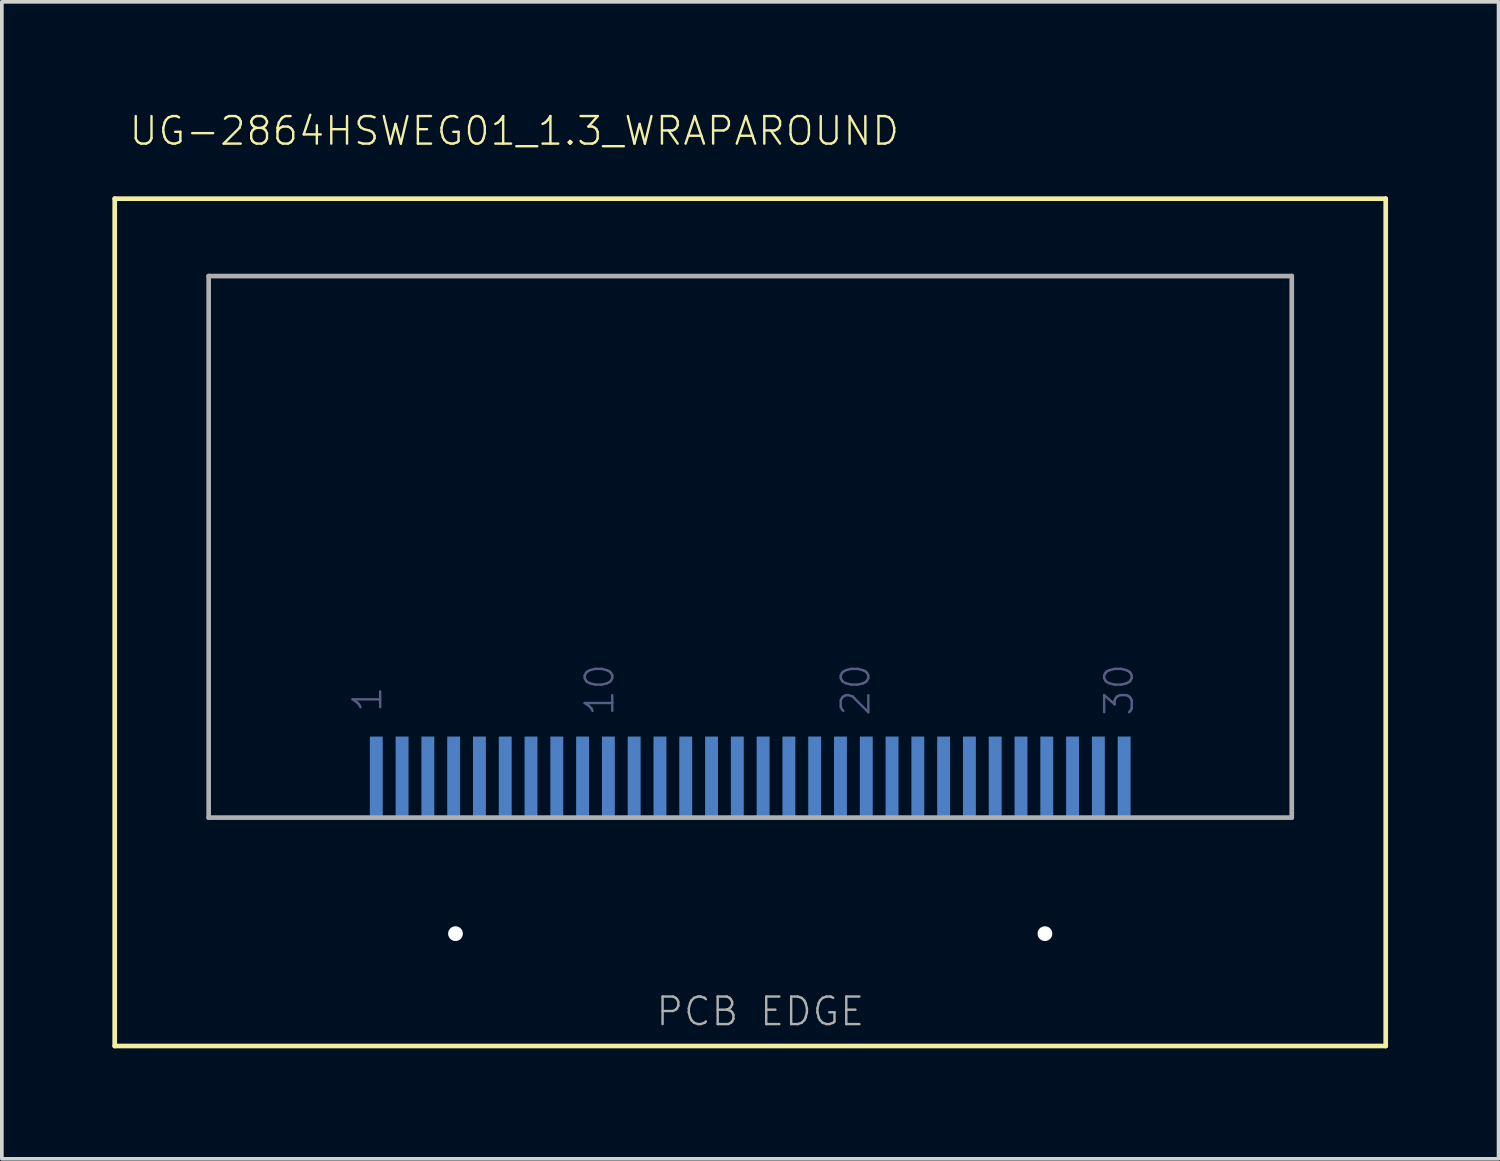
<source format=kicad_pcb>
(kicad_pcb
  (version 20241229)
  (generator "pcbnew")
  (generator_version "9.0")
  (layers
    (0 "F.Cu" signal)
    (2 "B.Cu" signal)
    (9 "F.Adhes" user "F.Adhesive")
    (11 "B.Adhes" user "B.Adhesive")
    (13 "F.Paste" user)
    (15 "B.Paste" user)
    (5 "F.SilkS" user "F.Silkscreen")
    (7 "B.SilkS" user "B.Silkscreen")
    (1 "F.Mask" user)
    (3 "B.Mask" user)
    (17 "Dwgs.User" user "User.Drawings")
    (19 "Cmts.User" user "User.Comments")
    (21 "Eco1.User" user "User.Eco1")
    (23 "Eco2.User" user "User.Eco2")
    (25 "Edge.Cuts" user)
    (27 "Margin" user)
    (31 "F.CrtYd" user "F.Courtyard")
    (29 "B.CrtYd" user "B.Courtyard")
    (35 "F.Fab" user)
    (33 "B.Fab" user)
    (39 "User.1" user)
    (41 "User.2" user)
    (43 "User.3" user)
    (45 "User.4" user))
  (footprint "UG-2864HSWEG01_1.3_WRAPAROUND"
    (layer "F.Cu")
    (at 17.314 17.843)
    (property "Reference" "UG-2864HSWEG01_1.3_WRAPAROUND" (at -16.9 -16.9 0) (layer "F.SilkS") (effects (font (size 0.748 0.748) (thickness 0.065)) (justify left bottom)))
    (fp_line (start -17.25 -15.5) (end 17.25 -15.5) (stroke (width 0.127) (type solid)) (layer "F.SilkS"))
    (fp_line (start -17.25 7.5) (end -17.25 -15.5) (stroke (width 0.127) (type solid)) (layer "F.SilkS"))
    (fp_line (start 17.25 -15.5) (end 17.25 7.5) (stroke (width 0.127) (type solid)) (layer "F.SilkS"))
    (fp_line (start 17.25 7.5) (end -17.25 7.5) (stroke (width 0.127) (type solid)) (layer "F.SilkS"))
    (fp_line (start -14.7 -13.4) (end 14.7 -13.4) (stroke (width 0.127) (type solid)) (layer "F.Fab"))
    (fp_line (start -14.7 1.3) (end -14.7 -13.4) (stroke (width 0.127) (type solid)) (layer "F.Fab"))
    (fp_line (start 14.7 -13.4) (end 14.7 1.3) (stroke (width 0.127) (type solid)) (layer "F.Fab"))
    (fp_line (start 14.7 1.3) (end -14.7 1.3) (stroke (width 0.127) (type solid)) (layer "F.Fab"))
    (fp_text user "1" (at -9.95 -1.512 90) (layer "B.Fab") (effects (font (size 0.748 0.748) (thickness 0.065)) (justify left bottom)))
    (fp_text user "30" (at 10.45 -1.412 90) (layer "B.Fab") (effects (font (size 0.748 0.748) (thickness 0.065)) (justify left bottom)))
    (fp_text user "10" (at -3.65 -1.412 90) (layer "B.Fab") (effects (font (size 0.748 0.748) (thickness 0.065)) (justify left bottom)))
    (fp_text user "20" (at 3.3 -1.412 90) (layer "B.Fab") (effects (font (size 0.748 0.748) (thickness 0.065)) (justify left bottom)))
    (fp_text user "PCB EDGE" (at -2.6 7 0) (layer "F.Fab") (effects (font (size 0.748 0.748) (thickness 0.065)) (justify left bottom)))
    (pad "" np_thru_hole circle (at -8 4.45) (size 0.4 0.4) (drill 0.4) (layers "*.Cu" "*.Mask"))
    (pad "" np_thru_hole circle (at 8 4.45) (size 0.4 0.4) (drill 0.4) (layers "*.Cu" "*.Mask"))
    (pad "1" smd rect (at -10.15 0.2 90) (size 2.2 0.35) (layers "B.Cu" "B.Mask" "B.Paste"))
    (pad "2" smd rect (at -9.45 0.2 90) (size 2.2 0.35) (layers "B.Cu" "B.Mask" "B.Paste"))
    (pad "3" smd rect (at -8.75 0.2 90) (size 2.2 0.35) (layers "B.Cu" "B.Mask" "B.Paste"))
    (pad "4" smd rect (at -8.05 0.2 90) (size 2.2 0.35) (layers "B.Cu" "B.Mask" "B.Paste"))
    (pad "5" smd rect (at -7.35 0.2 90) (size 2.2 0.35) (layers "B.Cu" "B.Mask" "B.Paste"))
    (pad "6" smd rect (at -6.65 0.2 90) (size 2.2 0.35) (layers "B.Cu" "B.Mask" "B.Paste"))
    (pad "7" smd rect (at -5.95 0.2 90) (size 2.2 0.35) (layers "B.Cu" "B.Mask" "B.Paste"))
    (pad "8" smd rect (at -5.25 0.2 90) (size 2.2 0.35) (layers "B.Cu" "B.Mask" "B.Paste"))
    (pad "9" smd rect (at -4.55 0.2 90) (size 2.2 0.35) (layers "B.Cu" "B.Mask" "B.Paste"))
    (pad "10" smd rect (at -3.85 0.2 90) (size 2.2 0.35) (layers "B.Cu" "B.Mask" "B.Paste"))
    (pad "11" smd rect (at -3.15 0.2 90) (size 2.2 0.35) (layers "B.Cu" "B.Mask" "B.Paste"))
    (pad "12" smd rect (at -2.45 0.2 90) (size 2.2 0.35) (layers "B.Cu" "B.Mask" "B.Paste"))
    (pad "13" smd rect (at -1.75 0.2 90) (size 2.2 0.35) (layers "B.Cu" "B.Mask" "B.Paste"))
    (pad "14" smd rect (at -1.05 0.2 90) (size 2.2 0.35) (layers "B.Cu" "B.Mask" "B.Paste"))
    (pad "15" smd rect (at -0.35 0.2 90) (size 2.2 0.35) (layers "B.Cu" "B.Mask" "B.Paste"))
    (pad "16" smd rect (at 0.35 0.2 90) (size 2.2 0.35) (layers "B.Cu" "B.Mask" "B.Paste"))
    (pad "17" smd rect (at 1.05 0.2 90) (size 2.2 0.35) (layers "B.Cu" "B.Mask" "B.Paste"))
    (pad "18" smd rect (at 1.75 0.2 90) (size 2.2 0.35) (layers "B.Cu" "B.Mask" "B.Paste"))
    (pad "19" smd rect (at 2.45 0.2 90) (size 2.2 0.35) (layers "B.Cu" "B.Mask" "B.Paste"))
    (pad "20" smd rect (at 3.15 0.2 90) (size 2.2 0.35) (layers "B.Cu" "B.Mask" "B.Paste"))
    (pad "21" smd rect (at 3.85 0.2 90) (size 2.2 0.35) (layers "B.Cu" "B.Mask" "B.Paste"))
    (pad "22" smd rect (at 4.55 0.2 90) (size 2.2 0.35) (layers "B.Cu" "B.Mask" "B.Paste"))
    (pad "23" smd rect (at 5.25 0.2 90) (size 2.2 0.35) (layers "B.Cu" "B.Mask" "B.Paste"))
    (pad "24" smd rect (at 5.95 0.2 90) (size 2.2 0.35) (layers "B.Cu" "B.Mask" "B.Paste"))
    (pad "25" smd rect (at 6.65 0.2 90) (size 2.2 0.35) (layers "B.Cu" "B.Mask" "B.Paste"))
    (pad "26" smd rect (at 7.35 0.2 90) (size 2.2 0.35) (layers "B.Cu" "B.Mask" "B.Paste"))
    (pad "27" smd rect (at 8.05 0.2 90) (size 2.2 0.35) (layers "B.Cu" "B.Mask" "B.Paste"))
    (pad "28" smd rect (at 8.75 0.2 90) (size 2.2 0.35) (layers "B.Cu" "B.Mask" "B.Paste"))
    (pad "29" smd rect (at 9.45 0.2 90) (size 2.2 0.35) (layers "B.Cu" "B.Mask" "B.Paste"))
    (pad "30" smd rect (at 10.15 0.2 90) (size 2.2 0.35) (layers "B.Cu" "B.Mask" "B.Paste")))
  (gr_rect
    (start -3 -3)
    (end 37.627 28.406)
    (stroke (width 0.1) (type default))
    (fill no)
    (layer "Edge.Cuts")))
</source>
